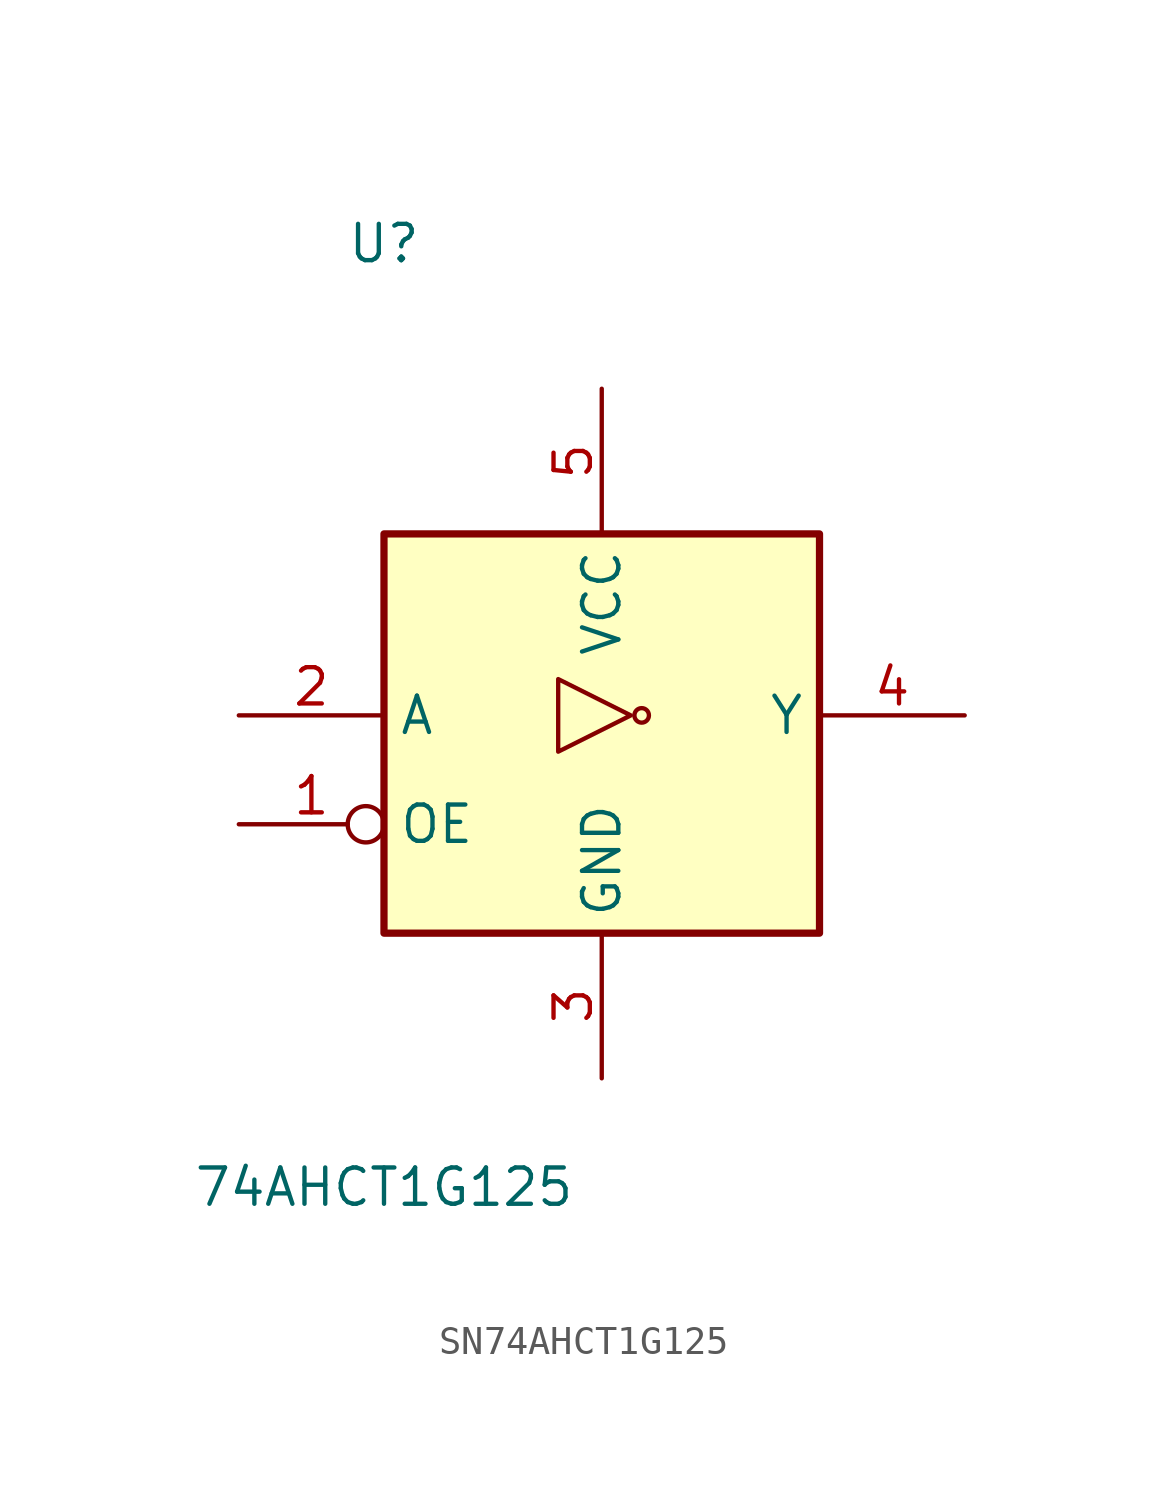
<source format=kicad_sym>
(kicad_symbol_lib
  (version 20220914)
  (generator kicad_symbol_editor)
  (symbol "SN74AHCT1G125"
    (property "Reference" "U"
      (at -7.62 16.51 0)
      (effects (font (size 1.27 1.27))))
    (property "Value" "74AHCT1G125"
      (at -7.62 -16.51 0)
      (effects (font (size 1.27 1.27))))
    (symbol "SN74AHCT1G125_1_0"
      (polyline (pts (xy 1.016 0) (xy -1.524 1.27) (xy -1.524 -1.27) (xy 1.016 0)) (stroke (width 0.152) (type default)) (fill (type none)))
      (circle (center 1.397 0) (radius 0.254) (stroke (width 0.152) (type default)) (fill (type none)))
      (pin input inverted (at -12.7 -3.81 0) (length 5.08) (name "OE" (effects (font (size 1.27 1.27)))) (number "1" (effects (font (size 1.27 1.27)))))
      (pin input line (at -12.7 0 0) (length 5.08) (name "A" (effects (font (size 1.27 1.27)))) (number "2" (effects (font (size 1.27 1.27)))))
      (pin power_in line (at 0 -12.7 90) (length 5.08) (name "GND" (effects (font (size 1.27 1.27)))) (number "3" (effects (font (size 1.27 1.27)))))
      (pin tri_state line (at 12.7 0 180) (length 5.08) (name "Y" (effects (font (size 1.27 1.27)))) (number "4" (effects (font (size 1.27 1.27)))))
      (pin power_in line (at 0 11.43 270) (length 5.08) (name "VCC" (effects (font (size 1.27 1.27)))) (number "5" (effects (font (size 1.27 1.27))))))
    (symbol "SN74AHCT1G125_1_1"
      (rectangle (start -7.62 6.35) (end 7.62 -7.62) (stroke (width 0.254) (type default)) (fill (type background))))))
</source>
